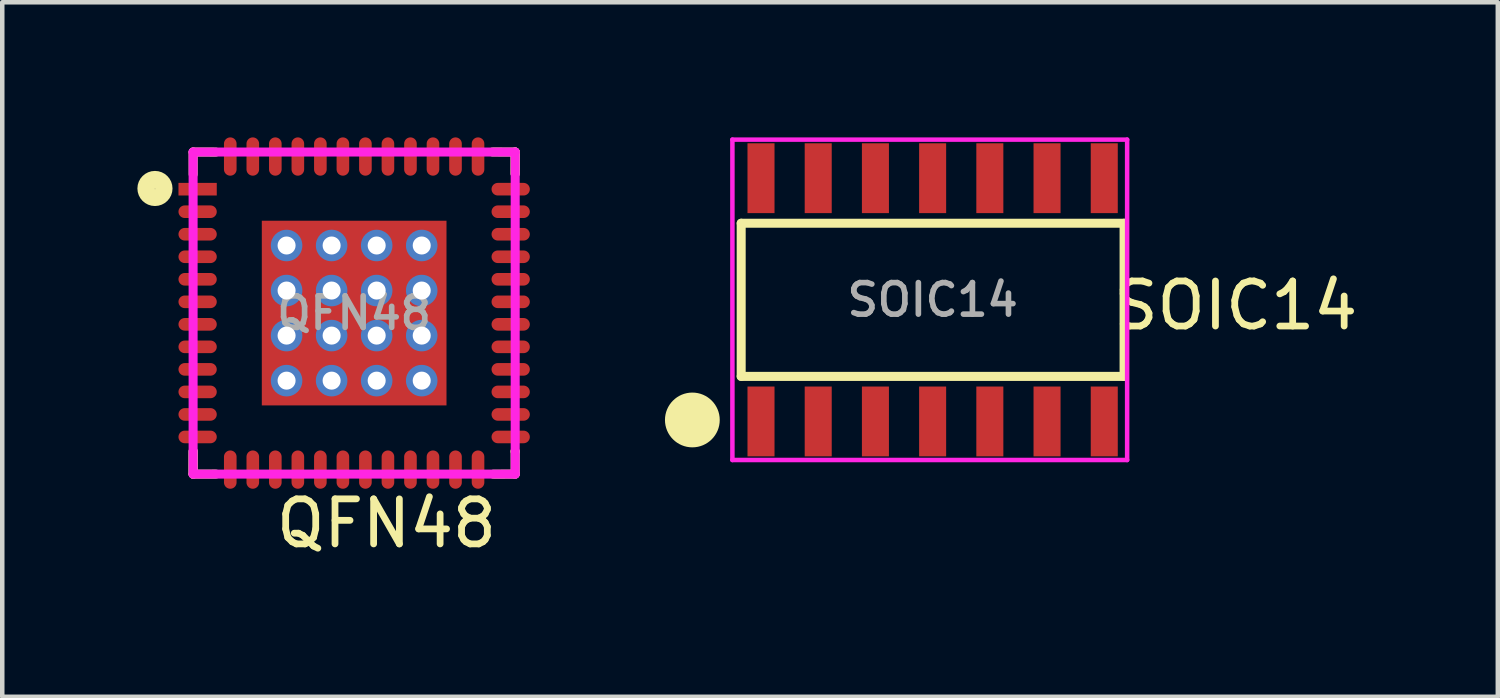
<source format=kicad_pcb>
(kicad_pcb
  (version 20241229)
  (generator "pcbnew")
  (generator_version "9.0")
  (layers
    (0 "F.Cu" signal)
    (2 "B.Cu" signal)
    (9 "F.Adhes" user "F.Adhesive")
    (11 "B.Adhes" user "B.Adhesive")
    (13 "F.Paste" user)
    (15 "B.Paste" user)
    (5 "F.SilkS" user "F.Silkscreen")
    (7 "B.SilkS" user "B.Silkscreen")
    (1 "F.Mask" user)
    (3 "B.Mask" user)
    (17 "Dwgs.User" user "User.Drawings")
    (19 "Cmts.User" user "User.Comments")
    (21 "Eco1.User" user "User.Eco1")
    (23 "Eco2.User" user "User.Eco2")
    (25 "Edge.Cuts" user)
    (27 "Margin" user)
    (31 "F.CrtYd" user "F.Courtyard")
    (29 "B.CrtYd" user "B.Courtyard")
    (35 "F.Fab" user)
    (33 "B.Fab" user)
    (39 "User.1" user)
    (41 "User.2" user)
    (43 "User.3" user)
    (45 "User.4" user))
  (footprint "SOIC14"
    (layer "F.Cu")
    (at 17.654 3.606)
    (property "Reference" "SOIC14" (at 6.731 0.127 0) (layer "F.SilkS") (effects (font (size 1 1) (thickness 0.15))))
    (attr through_hole)
    (fp_line (start -5.207 2.667) (end -5.334 2.667) (stroke (width 0.2) (type solid)) (layer "F.SilkS"))
    (fp_line (start -4.25 -1.7) (end 4.25 -1.7) (stroke (width 0.2) (type solid)) (layer "F.SilkS"))
    (fp_line (start -4.25 1.7) (end -4.25 -1.7) (stroke (width 0.2) (type solid)) (layer "F.SilkS"))
    (fp_line (start 4.25 -1.7) (end 4.25 1.7) (stroke (width 0.2) (type solid)) (layer "F.SilkS"))
    (fp_line (start 4.25 1.7) (end -4.25 1.7) (stroke (width 0.2) (type solid)) (layer "F.SilkS"))
    (fp_circle (center -5.334 2.667) (end -5.207 2.667) (stroke (width 0.2) (type solid)) (fill no) (layer "F.SilkS"))
    (fp_circle (center -5.334 2.667) (end -5.08 2.667) (stroke (width 0.2) (type solid)) (fill no) (layer "F.SilkS"))
    (fp_circle (center -5.334 2.667) (end -4.953 2.667) (stroke (width 0.2) (type solid)) (fill no) (layer "F.SilkS"))
    (fp_circle (center -5.334 2.667) (end -4.826 2.667) (stroke (width 0.2) (type solid)) (fill no) (layer "F.SilkS"))
    (fp_line (start -4.445 -3.556) (end 4.318 -3.556) (stroke (width 0.1) (type solid)) (layer "F.CrtYd"))
    (fp_line (start -4.445 3.556) (end -4.445 -3.556) (stroke (width 0.1) (type solid)) (layer "F.CrtYd"))
    (fp_line (start 4.318 -3.556) (end 4.318 3.556) (stroke (width 0.1) (type solid)) (layer "F.CrtYd"))
    (fp_line (start 4.318 3.556) (end -4.445 3.556) (stroke (width 0.1) (type solid)) (layer "F.CrtYd"))
    (fp_text user "${REFERENCE}" (at 0 0 0) (layer "F.Fab") (effects (font (size 0.7 0.7) (thickness 0.125))))
    (pad "1" smd rect (at -3.81 2.7) (size 0.6 1.55) (layers "F.Cu" "F.Mask" "F.Paste"))
    (pad "2" smd rect (at -2.54 2.7) (size 0.6 1.55) (layers "F.Cu" "F.Mask" "F.Paste"))
    (pad "3" smd rect (at -1.27 2.7) (size 0.6 1.55) (layers "F.Cu" "F.Mask" "F.Paste"))
    (pad "4" smd rect (at 0 2.7) (size 0.6 1.55) (layers "F.Cu" "F.Mask" "F.Paste"))
    (pad "5" smd rect (at 1.27 2.7) (size 0.6 1.55) (layers "F.Cu" "F.Mask" "F.Paste"))
    (pad "6" smd rect (at 2.54 2.7) (size 0.6 1.55) (layers "F.Cu" "F.Mask" "F.Paste"))
    (pad "7" smd rect (at 3.81 2.7) (size 0.6 1.55) (layers "F.Cu" "F.Mask" "F.Paste"))
    (pad "8" smd rect (at 3.81 -2.7) (size 0.6 1.55) (layers "F.Cu" "F.Mask" "F.Paste"))
    (pad "9" smd rect (at 2.54 -2.7) (size 0.6 1.55) (layers "F.Cu" "F.Mask" "F.Paste"))
    (pad "10" smd rect (at 1.27 -2.7) (size 0.6 1.55) (layers "F.Cu" "F.Mask" "F.Paste"))
    (pad "11" smd rect (at 0 -2.7) (size 0.6 1.55) (layers "F.Cu" "F.Mask" "F.Paste"))
    (pad "12" smd rect (at -1.27 -2.7) (size 0.6 1.55) (layers "F.Cu" "F.Mask" "F.Paste"))
    (pad "13" smd rect (at -2.54 -2.7) (size 0.6 1.55) (layers "F.Cu" "F.Mask" "F.Paste"))
    (pad "14" smd rect (at -3.81 -2.7) (size 0.6 1.55) (layers "F.Cu" "F.Mask" "F.Paste")))
  (footprint "QFN48"
    (placed yes)
    (layer "F.Cu")
    (at 4.812 3.9)
    (property "Reference" "QFN48" (at 0.718 4.67 0) (layer "F.SilkS") (effects (font (size 1 1) (thickness 0.15))))
    (attr through_hole)
    (fp_line (start -3.575 -3.575) (end -3.574 -3.081) (stroke (width 0.2) (type solid)) (layer "F.SilkS"))
    (fp_line (start -3.575 -3.575) (end -3.071 -3.574) (stroke (width 0.2) (type solid)) (layer "F.SilkS"))
    (fp_line (start -3.575 3.575) (end -3.574 3.066) (stroke (width 0.2) (type solid)) (layer "F.SilkS"))
    (fp_line (start -3.575 3.575) (end -3.068 3.574) (stroke (width 0.2) (type solid)) (layer "F.SilkS"))
    (fp_line (start -3.574 3.066) (end -3.575 3.575) (stroke (width 0.2) (type solid)) (layer "F.SilkS"))
    (fp_line (start 3.574 -3.091) (end 3.575 -3.575) (stroke (width 0.2) (type solid)) (layer "F.SilkS"))
    (fp_line (start 3.574 3.071) (end 3.571 3.068) (stroke (width 0.2) (type solid)) (layer "F.SilkS"))
    (fp_line (start 3.575 -3.575) (end 3.073 -3.576) (stroke (width 0.2) (type solid)) (layer "F.SilkS"))
    (fp_line (start 3.575 -3.575) (end 3.574 -3.091) (stroke (width 0.2) (type solid)) (layer "F.SilkS"))
    (fp_line (start 3.575 3.575) (end 3.091 3.576) (stroke (width 0.2) (type solid)) (layer "F.SilkS"))
    (fp_line (start 3.575 3.575) (end 3.574 3.071) (stroke (width 0.2) (type solid)) (layer "F.SilkS"))
    (fp_circle (center -4.422 -2.766) (end -4.148 -2.672) (stroke (width 0.2) (type solid)) (fill no) (layer "F.SilkS"))
    (fp_circle (center -4.422 -2.756) (end -4.305 -2.743) (stroke (width 0.2) (type solid)) (fill no) (layer "F.SilkS"))
    (fp_circle (center -4.42 -2.756) (end -4.415 -2.751) (stroke (width 0.2) (type solid)) (fill no) (layer "F.SilkS"))
    (fp_line (start -3.575 -3.575) (end 3.575 -3.575) (stroke (width 0.2) (type solid)) (layer "F.CrtYd"))
    (fp_line (start -3.575 3.575) (end -3.575 -3.575) (stroke (width 0.2) (type solid)) (layer "F.CrtYd"))
    (fp_line (start 3.575 -3.575) (end 3.575 3.575) (stroke (width 0.2) (type solid)) (layer "F.CrtYd"))
    (fp_line (start 3.575 3.575) (end -3.575 3.575) (stroke (width 0.2) (type solid)) (layer "F.CrtYd"))
    (fp_text user "${REFERENCE}" (at 0 0 0) (layer "F.Fab") (effects (font (size 0.7 0.7) (thickness 0.125))))
    (pad "1" smd rect (at -3.475 -2.75) (size 0.85 0.28) (layers "F.Cu" "F.Mask" "F.Paste"))
    (pad "2" smd oval (at -3.475 -2.25) (size 0.85 0.28) (layers "F.Cu" "F.Mask" "F.Paste"))
    (pad "3" smd oval (at -3.475 -1.75) (size 0.85 0.28) (layers "F.Cu" "F.Mask" "F.Paste"))
    (pad "4" smd oval (at -3.475 -1.25) (size 0.85 0.28) (layers "F.Cu" "F.Mask" "F.Paste"))
    (pad "5" smd oval (at -3.475 -0.75) (size 0.85 0.28) (layers "F.Cu" "F.Mask" "F.Paste"))
    (pad "6" smd oval (at -3.475 -0.25) (size 0.85 0.28) (layers "F.Cu" "F.Mask" "F.Paste"))
    (pad "7" smd oval (at -3.475 0.25) (size 0.85 0.28) (layers "F.Cu" "F.Mask" "F.Paste"))
    (pad "8" smd oval (at -3.475 0.75) (size 0.85 0.28) (layers "F.Cu" "F.Mask" "F.Paste"))
    (pad "9" smd oval (at -3.475 1.25) (size 0.85 0.28) (layers "F.Cu" "F.Mask" "F.Paste"))
    (pad "10" smd oval (at -3.475 1.75) (size 0.85 0.28) (layers "F.Cu" "F.Mask" "F.Paste"))
    (pad "11" smd oval (at -3.475 2.25) (size 0.85 0.28) (layers "F.Cu" "F.Mask" "F.Paste"))
    (pad "12" smd oval (at -3.475 2.75) (size 0.85 0.28) (layers "F.Cu" "F.Mask" "F.Paste"))
    (pad "13" smd oval (at -2.75 3.475) (size 0.28 0.85) (layers "F.Cu" "F.Mask" "F.Paste"))
    (pad "14" smd oval (at -2.25 3.475) (size 0.28 0.85) (layers "F.Cu" "F.Mask" "F.Paste"))
    (pad "15" smd oval (at -1.75 3.475) (size 0.28 0.85) (layers "F.Cu" "F.Mask" "F.Paste"))
    (pad "16" smd oval (at -1.25 3.475) (size 0.28 0.85) (layers "F.Cu" "F.Mask" "F.Paste"))
    (pad "17" smd oval (at -0.75 3.475) (size 0.28 0.85) (layers "F.Cu" "F.Mask" "F.Paste"))
    (pad "18" smd oval (at -0.25 3.475) (size 0.28 0.85) (layers "F.Cu" "F.Mask" "F.Paste"))
    (pad "19" smd oval (at 0.25 3.475) (size 0.28 0.85) (layers "F.Cu" "F.Mask" "F.Paste"))
    (pad "20" smd oval (at 0.75 3.475) (size 0.28 0.85) (layers "F.Cu" "F.Mask" "F.Paste"))
    (pad "21" smd oval (at 1.25 3.475) (size 0.28 0.85) (layers "F.Cu" "F.Mask" "F.Paste"))
    (pad "22" smd oval (at 1.75 3.475) (size 0.28 0.85) (layers "F.Cu" "F.Mask" "F.Paste"))
    (pad "23" smd oval (at 2.25 3.475) (size 0.28 0.85) (layers "F.Cu" "F.Mask" "F.Paste"))
    (pad "24" smd oval (at 2.75 3.475) (size 0.28 0.85) (layers "F.Cu" "F.Mask" "F.Paste"))
    (pad "25" smd oval (at 3.475 2.75) (size 0.85 0.28) (layers "F.Cu" "F.Mask" "F.Paste"))
    (pad "26" smd oval (at 3.475 2.25) (size 0.85 0.28) (layers "F.Cu" "F.Mask" "F.Paste"))
    (pad "27" smd oval (at 3.475 1.75) (size 0.85 0.28) (layers "F.Cu" "F.Mask" "F.Paste"))
    (pad "28" smd oval (at 3.475 1.25) (size 0.85 0.28) (layers "F.Cu" "F.Mask" "F.Paste"))
    (pad "29" smd oval (at 3.475 0.75) (size 0.85 0.28) (layers "F.Cu" "F.Mask" "F.Paste"))
    (pad "30" smd oval (at 3.475 0.25) (size 0.85 0.28) (layers "F.Cu" "F.Mask" "F.Paste"))
    (pad "31" smd oval (at 3.475 -0.25) (size 0.85 0.28) (layers "F.Cu" "F.Mask" "F.Paste"))
    (pad "32" smd oval (at 3.475 -0.75) (size 0.85 0.28) (layers "F.Cu" "F.Mask" "F.Paste"))
    (pad "33" smd oval (at 3.475 -1.25) (size 0.85 0.28) (layers "F.Cu" "F.Mask" "F.Paste"))
    (pad "34" smd oval (at 3.475 -1.75) (size 0.85 0.28) (layers "F.Cu" "F.Mask" "F.Paste"))
    (pad "35" smd oval (at 3.475 -2.25) (size 0.85 0.28) (layers "F.Cu" "F.Mask" "F.Paste"))
    (pad "36" smd oval (at 3.475 -2.75) (size 0.85 0.28) (layers "F.Cu" "F.Mask" "F.Paste"))
    (pad "37" smd oval (at 2.75 -3.475) (size 0.28 0.85) (layers "F.Cu" "F.Mask" "F.Paste"))
    (pad "38" smd oval (at 2.25 -3.475) (size 0.28 0.85) (layers "F.Cu" "F.Mask" "F.Paste"))
    (pad "39" smd oval (at 1.75 -3.475) (size 0.28 0.85) (layers "F.Cu" "F.Mask" "F.Paste"))
    (pad "40" smd oval (at 1.25 -3.475) (size 0.28 0.85) (layers "F.Cu" "F.Mask" "F.Paste"))
    (pad "41" smd oval (at 0.75 -3.475) (size 0.28 0.85) (layers "F.Cu" "F.Mask" "F.Paste"))
    (pad "42" smd oval (at 0.25 -3.475) (size 0.28 0.85) (layers "F.Cu" "F.Mask" "F.Paste"))
    (pad "43" smd oval (at -0.25 -3.475) (size 0.28 0.85) (layers "F.Cu" "F.Mask" "F.Paste"))
    (pad "44" smd oval (at -0.75 -3.475) (size 0.28 0.85) (layers "F.Cu" "F.Mask" "F.Paste"))
    (pad "45" smd oval (at -1.25 -3.475) (size 0.28 0.85) (layers "F.Cu" "F.Mask" "F.Paste"))
    (pad "46" smd oval (at -1.75 -3.475) (size 0.28 0.85) (layers "F.Cu" "F.Mask" "F.Paste"))
    (pad "47" smd oval (at -2.25 -3.475) (size 0.28 0.85) (layers "F.Cu" "F.Mask" "F.Paste"))
    (pad "48" smd oval (at -2.75 -3.475) (size 0.28 0.85) (layers "F.Cu" "F.Mask" "F.Paste"))
    (pad "EPAD" thru_hole circle (at -1.5 -1.5) (size 0.7 0.7) (drill 0.4) (layers "*.Cu"))
    (pad "EPAD" thru_hole circle (at -1.5 -0.5) (size 0.7 0.7) (drill 0.4) (layers "*.Cu"))
    (pad "EPAD" thru_hole circle (at -1.5 0.5) (size 0.7 0.7) (drill 0.4) (layers "*.Cu"))
    (pad "EPAD" thru_hole circle (at -1.5 1.5) (size 0.7 0.7) (drill 0.4) (layers "*.Cu"))
    (pad "EPAD" thru_hole circle (at -0.5 -1.5) (size 0.7 0.7) (drill 0.4) (layers "*.Cu"))
    (pad "EPAD" thru_hole circle (at -0.5 -0.5) (size 0.7 0.7) (drill 0.4) (layers "*.Cu"))
    (pad "EPAD" thru_hole circle (at -0.5 0.5) (size 0.7 0.7) (drill 0.4) (layers "*.Cu"))
    (pad "EPAD" thru_hole circle (at -0.5 1.5) (size 0.7 0.7) (drill 0.4) (layers "*.Cu"))
    (pad "EPAD" smd rect (at 0 0) (size 4.1 4.1) (layers "F.Cu" "F.Mask" "F.Paste"))
    (pad "EPAD" thru_hole circle (at 0.5 -1.5) (size 0.7 0.7) (drill 0.4) (layers "*.Cu"))
    (pad "EPAD" thru_hole circle (at 0.5 -0.5) (size 0.7 0.7) (drill 0.4) (layers "*.Cu"))
    (pad "EPAD" thru_hole circle (at 0.5 0.5) (size 0.7 0.7) (drill 0.4) (layers "*.Cu"))
    (pad "EPAD" thru_hole circle (at 0.5 1.5) (size 0.7 0.7) (drill 0.4) (layers "*.Cu"))
    (pad "EPAD" thru_hole circle (at 1.5 -1.5) (size 0.7 0.7) (drill 0.4) (layers "*.Cu"))
    (pad "EPAD" thru_hole circle (at 1.5 -0.5) (size 0.7 0.7) (drill 0.4) (layers "*.Cu"))
    (pad "EPAD" thru_hole circle (at 1.5 0.5) (size 0.7 0.7) (drill 0.4) (layers "*.Cu"))
    (pad "EPAD" thru_hole circle (at 1.5 1.5) (size 0.7 0.7) (drill 0.4) (layers "*.Cu")))
  (gr_rect
    (start -3 -3)
    (end 30.201 12.418)
    (stroke (width 0.1) (type default))
    (fill no)
    (layer "Edge.Cuts")))
</source>
